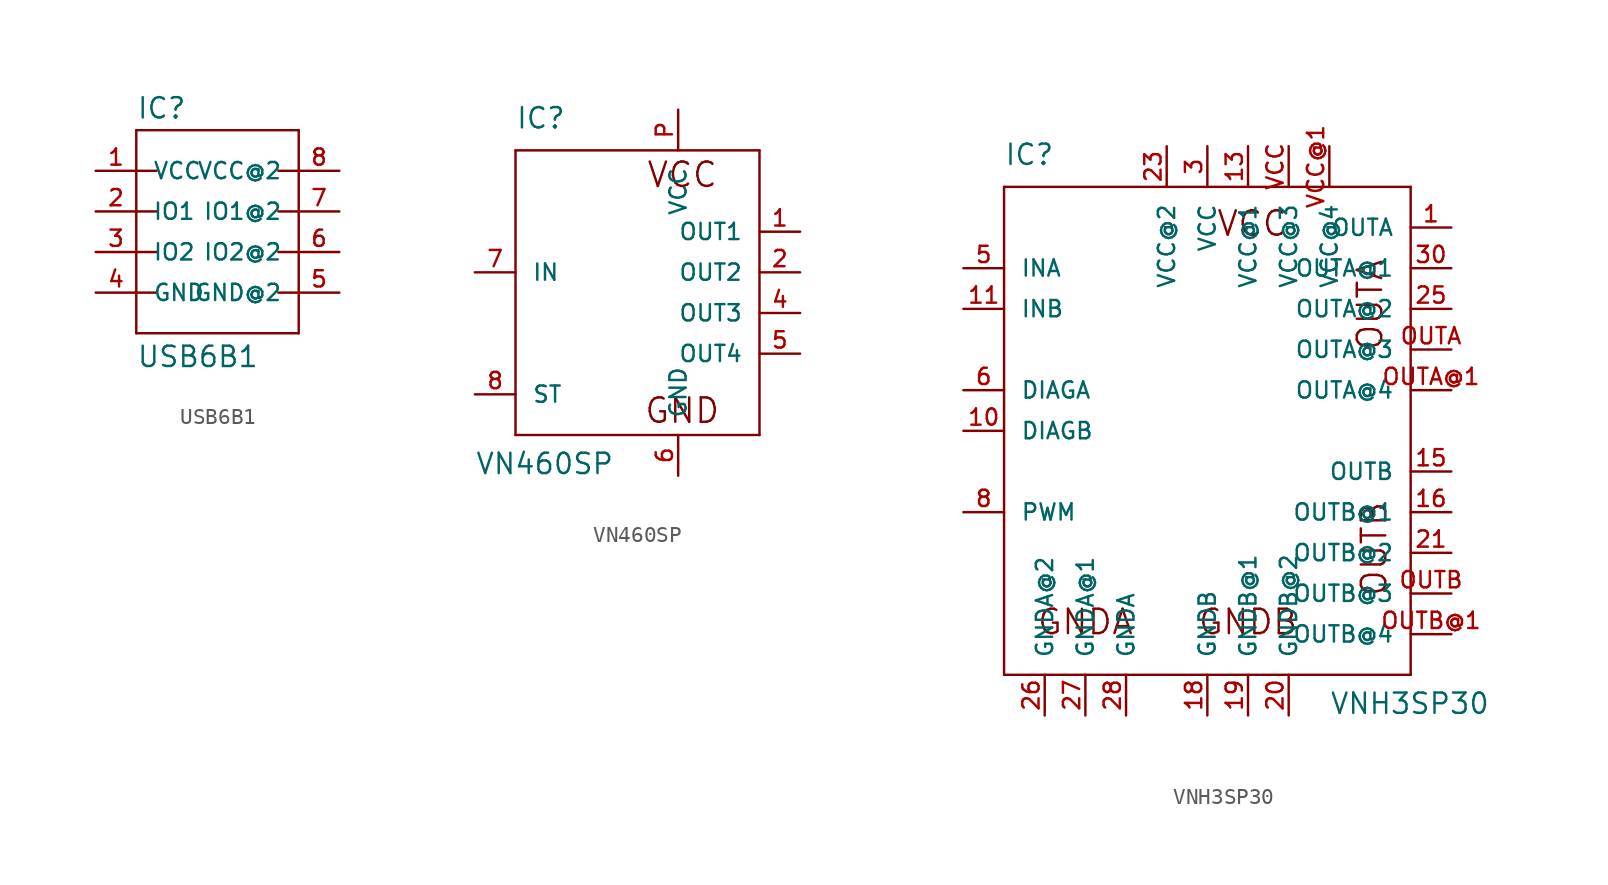
<source format=kicad_sym>
(kicad_symbol_lib
  (version 20211014)
  (generator kicad_symbol_editor)
  (symbol "USB6B1"
    (pin_names
      (offset 1.016))
    (property "Reference" "IC"
      (at -5.08 5.715 0)
      (effects (font (size 1.27 1.27)) (justify left bottom)))
    (property "Value" "USB6B1"
      (at -5.08 -9.83 0)
      (effects (font (size 1.27 1.27)) (justify left bottom)))
    (property "ki_locked" ""
      (at 0 0 0)
      (effects (font (size 1.27 1.27))))
    (symbol "USB6B1_1_0"
      (polyline (pts (xy -5.08 -7.62) (xy -5.08 -5.08)) (stroke (width 0) (type default) (color 0 0 0 0)) (fill (type none)))
      (polyline (pts (xy -5.08 -5.08) (xy -5.08 -2.54)) (stroke (width 0) (type default) (color 0 0 0 0)) (fill (type none)))
      (polyline (pts (xy -5.08 -5.08) (xy -3.81 -5.08)) (stroke (width 0) (type default) (color 0 0 0 0)) (fill (type none)))
      (polyline (pts (xy -5.08 -2.54) (xy -5.08 0)) (stroke (width 0) (type default) (color 0 0 0 0)) (fill (type none)))
      (polyline (pts (xy -5.08 -2.54) (xy -3.81 -2.54)) (stroke (width 0) (type default) (color 0 0 0 0)) (fill (type none)))
      (polyline (pts (xy -5.08 0) (xy -5.08 2.54)) (stroke (width 0) (type default) (color 0 0 0 0)) (fill (type none)))
      (polyline (pts (xy -5.08 0) (xy -3.81 0)) (stroke (width 0) (type default) (color 0 0 0 0)) (fill (type none)))
      (polyline (pts (xy -5.08 2.54) (xy -5.08 5.08)) (stroke (width 0) (type default) (color 0 0 0 0)) (fill (type none)))
      (polyline (pts (xy -5.08 2.54) (xy -3.81 2.54)) (stroke (width 0) (type default) (color 0 0 0 0)) (fill (type none)))
      (polyline (pts (xy -5.08 5.08) (xy 5.08 5.08)) (stroke (width 0) (type default) (color 0 0 0 0)) (fill (type none)))
      (polyline (pts (xy 5.08 -7.62) (xy -5.08 -7.62)) (stroke (width 0) (type default) (color 0 0 0 0)) (fill (type none)))
      (polyline (pts (xy 5.08 -5.08) (xy 3.81 -5.08)) (stroke (width 0) (type default) (color 0 0 0 0)) (fill (type none)))
      (polyline (pts (xy 5.08 -2.54) (xy 3.81 -2.54)) (stroke (width 0) (type default) (color 0 0 0 0)) (fill (type none)))
      (polyline (pts (xy 5.08 0) (xy 3.81 0)) (stroke (width 0) (type default) (color 0 0 0 0)) (fill (type none)))
      (polyline (pts (xy 5.08 2.54) (xy 3.81 2.54)) (stroke (width 0) (type default) (color 0 0 0 0)) (fill (type none)))
      (polyline (pts (xy 5.08 5.08) (xy 5.08 -7.62)) (stroke (width 0) (type default) (color 0 0 0 0)) (fill (type none))))
    (symbol "USB6B1_1_1"
      (pin power_in line (at -7.62 2.54 0) (length 2.54) (name "VCC" (effects (font (size 1.016 1.016)))) (number "1" (effects (font (size 1.016 1.016)))))
      (pin bidirectional line (at -7.62 0 0) (length 2.54) (name "IO1" (effects (font (size 1.016 1.016)))) (number "2" (effects (font (size 1.016 1.016)))))
      (pin bidirectional line (at -7.62 -2.54 0) (length 2.54) (name "IO2" (effects (font (size 1.016 1.016)))) (number "3" (effects (font (size 1.016 1.016)))))
      (pin power_in line (at -7.62 -5.08 0) (length 2.54) (name "GND" (effects (font (size 1.016 1.016)))) (number "4" (effects (font (size 1.016 1.016)))))
      (pin power_in line (at 7.62 -5.08 180) (length 2.54) (name "GND@2" (effects (font (size 1.016 1.016)))) (number "5" (effects (font (size 1.016 1.016)))))
      (pin bidirectional line (at 7.62 -2.54 180) (length 2.54) (name "IO2@2" (effects (font (size 1.016 1.016)))) (number "6" (effects (font (size 1.016 1.016)))))
      (pin bidirectional line (at 7.62 0 180) (length 2.54) (name "IO1@2" (effects (font (size 1.016 1.016)))) (number "7" (effects (font (size 1.016 1.016)))))
      (pin power_in line (at 7.62 2.54 180) (length 2.54) (name "VCC@2" (effects (font (size 1.016 1.016)))) (number "8" (effects (font (size 1.016 1.016)))))))
  (symbol "VN460SP"
    (pin_names
      (offset 1.016))
    (property "Reference" "IC"
      (at -7.62 8.89 0)
      (effects (font (size 1.27 1.27)) (justify left bottom)))
    (property "Value" "VN460SP"
      (at -10.16 -12.7 0)
      (effects (font (size 1.27 1.27)) (justify left bottom)))
    (property "ki_locked" ""
      (at 0 0 0)
      (effects (font (size 1.27 1.27))))
    (symbol "VN460SP_1_0"
      (polyline (pts (xy -7.62 -10.16) (xy 7.62 -10.16)) (stroke (width 0) (type default) (color 0 0 0 0)) (fill (type none)))
      (polyline (pts (xy -7.62 7.62) (xy -7.62 -10.16)) (stroke (width 0) (type default) (color 0 0 0 0)) (fill (type none)))
      (polyline (pts (xy 7.62 -10.16) (xy 7.62 7.62)) (stroke (width 0) (type default) (color 0 0 0 0)) (fill (type none)))
      (polyline (pts (xy 7.62 7.62) (xy -7.62 7.62)) (stroke (width 0) (type default) (color 0 0 0 0)) (fill (type none)))
      (text "GND" (at 2.794 -8.636 0) (effects (font (size 1.524 1.524))))
      (text "VCC" (at 2.794 6.096 0) (effects (font (size 1.524 1.524)))))
    (symbol "VN460SP_1_1"
      (pin output line (at 10.16 2.54 180) (length 2.54) (name "OUT1" (effects (font (size 1.016 1.016)))) (number "1" (effects (font (size 1.016 1.016)))))
      (pin output line (at 10.16 0 180) (length 2.54) (name "OUT2" (effects (font (size 1.016 1.016)))) (number "2" (effects (font (size 1.016 1.016)))))
      (pin output line (at 10.16 -2.54 180) (length 2.54) (name "OUT3" (effects (font (size 1.016 1.016)))) (number "4" (effects (font (size 1.016 1.016)))))
      (pin output line (at 10.16 -5.08 180) (length 2.54) (name "OUT4" (effects (font (size 1.016 1.016)))) (number "5" (effects (font (size 1.016 1.016)))))
      (pin power_in line (at 2.54 -12.7 90) (length 2.54) (name "GND" (effects (font (size 1.016 1.016)))) (number "6" (effects (font (size 1.016 1.016)))))
      (pin input line (at -10.16 0 0) (length 2.54) (name "IN" (effects (font (size 1.016 1.016)))) (number "7" (effects (font (size 1.016 1.016)))))
      (pin input line (at -10.16 -7.62 0) (length 2.54) (name "ST" (effects (font (size 1.016 1.016)))) (number "8" (effects (font (size 1.016 1.016)))))
      (pin power_in line (at 2.54 10.16 270) (length 2.54) (name "VCC" (effects (font (size 1.016 1.016)))) (number "P" (effects (font (size 1.016 1.016)))))))
  (symbol "VNH3SP30"
    (pin_names
      (offset 1.016))
    (property "Reference" "IC"
      (at -12.7 16.51 0)
      (effects (font (size 1.27 1.27)) (justify left bottom)))
    (property "Value" "VNH3SP30"
      (at 7.62 -17.78 0)
      (effects (font (size 1.27 1.27)) (justify left bottom)))
    (property "ki_locked" ""
      (at 0 0 0)
      (effects (font (size 1.27 1.27))))
    (symbol "VNH3SP30_1_0"
      (polyline (pts (xy -12.7 -15.24) (xy -12.7 15.24)) (stroke (width 0) (type default) (color 0 0 0 0)) (fill (type none)))
      (polyline (pts (xy -12.7 15.24) (xy 12.7 15.24)) (stroke (width 0) (type default) (color 0 0 0 0)) (fill (type none)))
      (polyline (pts (xy 12.7 -15.24) (xy -12.7 -15.24)) (stroke (width 0) (type default) (color 0 0 0 0)) (fill (type none)))
      (polyline (pts (xy 12.7 15.24) (xy 12.7 -15.24)) (stroke (width 0) (type default) (color 0 0 0 0)) (fill (type none)))
      (text "GNDA" (at -7.62 -11.938 0) (effects (font (size 1.524 1.524))))
      (text "GNDB" (at 2.54 -11.938 0) (effects (font (size 1.524 1.524))))
      (text "OUTA" (at 10.16 7.874 1) (effects (font (size 1.524 1.524))))
      (text "OUTB" (at 10.414 -7.366 1) (effects (font (size 1.524 1.524))))
      (text "VCC" (at 2.794 12.954 0) (effects (font (size 1.524 1.524)))))
    (symbol "VNH3SP30_1_1"
      (pin output line (at 15.24 12.7 180) (length 2.54) (name "OUTA" (effects (font (size 1.016 1.016)))) (number "1" (effects (font (size 1.016 1.016)))))
      (pin open_collector line (at -15.24 0 0) (length 2.54) (name "DIAGB" (effects (font (size 1.016 1.016)))) (number "10" (effects (font (size 1.016 1.016)))))
      (pin input line (at -15.24 7.62 0) (length 2.54) (name "INB" (effects (font (size 1.016 1.016)))) (number "11" (effects (font (size 1.016 1.016)))))
      (pin power_in line (at 2.54 17.78 270) (length 2.54) (name "VCC@1" (effects (font (size 1.016 1.016)))) (number "13" (effects (font (size 1.016 1.016)))))
      (pin output line (at 15.24 -2.54 180) (length 2.54) (name "OUTB" (effects (font (size 1.016 1.016)))) (number "15" (effects (font (size 1.016 1.016)))))
      (pin passive line (at 15.24 -5.08 180) (length 2.54) (name "OUTB@1" (effects (font (size 1.016 1.016)))) (number "16" (effects (font (size 1.016 1.016)))))
      (pin power_in line (at 0 -17.78 90) (length 2.54) (name "GNDB" (effects (font (size 1.016 1.016)))) (number "18" (effects (font (size 1.016 1.016)))))
      (pin power_in line (at 2.54 -17.78 90) (length 2.54) (name "GNDB@1" (effects (font (size 1.016 1.016)))) (number "19" (effects (font (size 1.016 1.016)))))
      (pin power_in line (at 5.08 -17.78 90) (length 2.54) (name "GNDB@2" (effects (font (size 1.016 1.016)))) (number "20" (effects (font (size 1.016 1.016)))))
      (pin passive line (at 15.24 -7.62 180) (length 2.54) (name "OUTB@2" (effects (font (size 1.016 1.016)))) (number "21" (effects (font (size 1.016 1.016)))))
      (pin power_in line (at -2.54 17.78 270) (length 2.54) (name "VCC@2" (effects (font (size 1.016 1.016)))) (number "23" (effects (font (size 1.016 1.016)))))
      (pin passive line (at 15.24 7.62 180) (length 2.54) (name "OUTA@2" (effects (font (size 1.016 1.016)))) (number "25" (effects (font (size 1.016 1.016)))))
      (pin power_in line (at -10.16 -17.78 90) (length 2.54) (name "GNDA@2" (effects (font (size 1.016 1.016)))) (number "26" (effects (font (size 1.016 1.016)))))
      (pin power_in line (at -7.62 -17.78 90) (length 2.54) (name "GNDA@1" (effects (font (size 1.016 1.016)))) (number "27" (effects (font (size 1.016 1.016)))))
      (pin power_in line (at -5.08 -17.78 90) (length 2.54) (name "GNDA" (effects (font (size 1.016 1.016)))) (number "28" (effects (font (size 1.016 1.016)))))
      (pin power_in line (at 0 17.78 270) (length 2.54) (name "VCC" (effects (font (size 1.016 1.016)))) (number "3" (effects (font (size 1.016 1.016)))))
      (pin passive line (at 15.24 10.16 180) (length 2.54) (name "OUTA@1" (effects (font (size 1.016 1.016)))) (number "30" (effects (font (size 1.016 1.016)))))
      (pin input line (at -15.24 10.16 0) (length 2.54) (name "INA" (effects (font (size 1.016 1.016)))) (number "5" (effects (font (size 1.016 1.016)))))
      (pin open_collector line (at -15.24 2.54 0) (length 2.54) (name "DIAGA" (effects (font (size 1.016 1.016)))) (number "6" (effects (font (size 1.016 1.016)))))
      (pin input line (at -15.24 -5.08 0) (length 2.54) (name "PWM" (effects (font (size 1.016 1.016)))) (number "8" (effects (font (size 1.016 1.016)))))
      (pin passive line (at 15.24 5.08 180) (length 2.54) (name "OUTA@3" (effects (font (size 1.016 1.016)))) (number "OUTA" (effects (font (size 1.016 1.016)))))
      (pin passive line (at 15.24 2.54 180) (length 2.54) (name "OUTA@4" (effects (font (size 1.016 1.016)))) (number "OUTA@1" (effects (font (size 1.016 1.016)))))
      (pin passive line (at 15.24 -10.16 180) (length 2.54) (name "OUTB@3" (effects (font (size 1.016 1.016)))) (number "OUTB" (effects (font (size 1.016 1.016)))))
      (pin passive line (at 15.24 -12.7 180) (length 2.54) (name "OUTB@4" (effects (font (size 1.016 1.016)))) (number "OUTB@1" (effects (font (size 1.016 1.016)))))
      (pin power_in line (at 5.08 17.78 270) (length 2.54) (name "VCC@3" (effects (font (size 1.016 1.016)))) (number "VCC" (effects (font (size 1.016 1.016)))))
      (pin power_in line (at 7.62 17.78 270) (length 2.54) (name "VCC@4" (effects (font (size 1.016 1.016)))) (number "VCC@1" (effects (font (size 1.016 1.016))))))))
</source>
